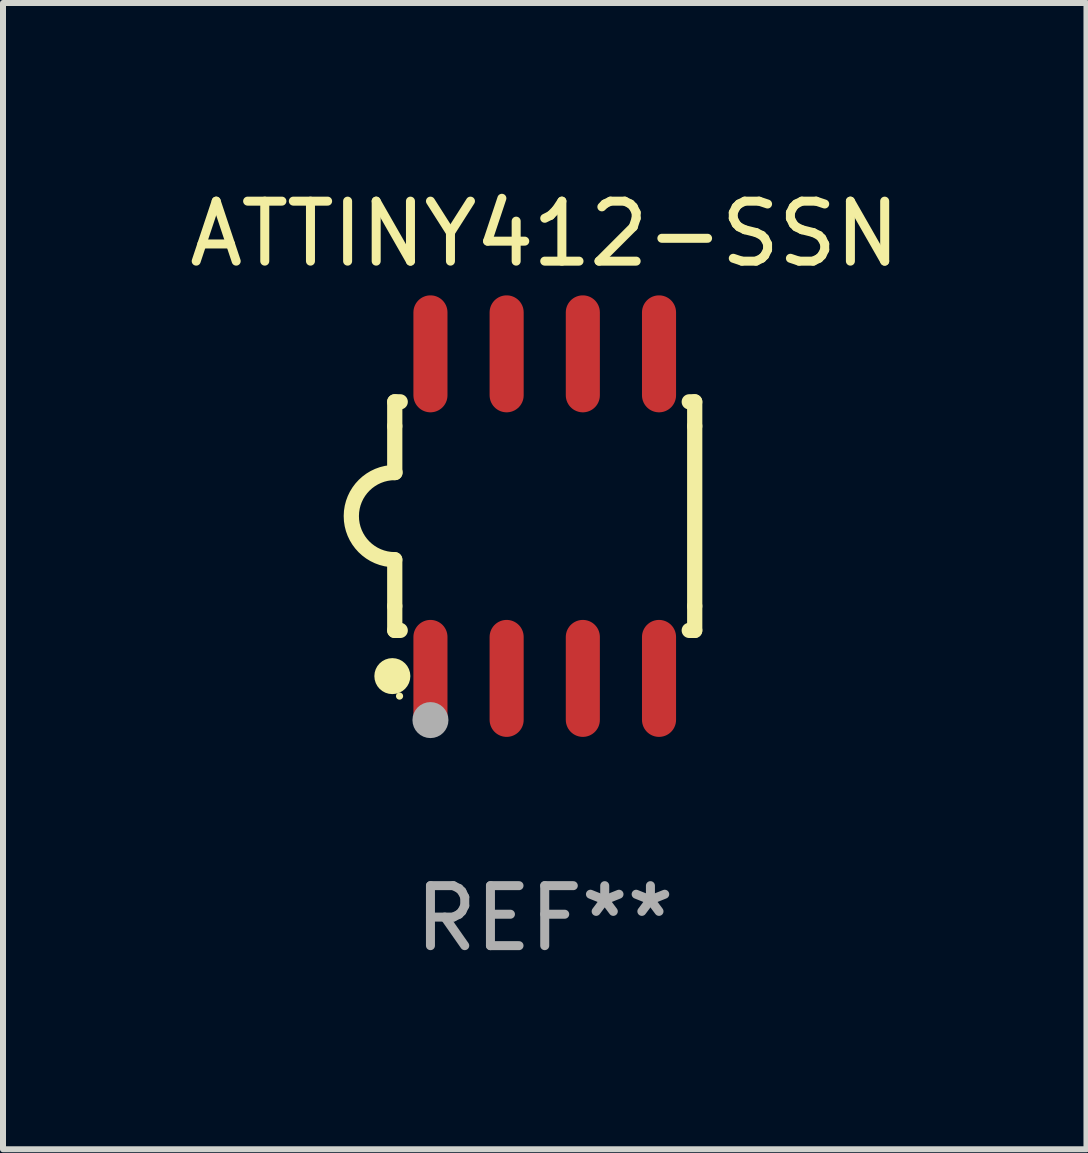
<source format=kicad_pcb>
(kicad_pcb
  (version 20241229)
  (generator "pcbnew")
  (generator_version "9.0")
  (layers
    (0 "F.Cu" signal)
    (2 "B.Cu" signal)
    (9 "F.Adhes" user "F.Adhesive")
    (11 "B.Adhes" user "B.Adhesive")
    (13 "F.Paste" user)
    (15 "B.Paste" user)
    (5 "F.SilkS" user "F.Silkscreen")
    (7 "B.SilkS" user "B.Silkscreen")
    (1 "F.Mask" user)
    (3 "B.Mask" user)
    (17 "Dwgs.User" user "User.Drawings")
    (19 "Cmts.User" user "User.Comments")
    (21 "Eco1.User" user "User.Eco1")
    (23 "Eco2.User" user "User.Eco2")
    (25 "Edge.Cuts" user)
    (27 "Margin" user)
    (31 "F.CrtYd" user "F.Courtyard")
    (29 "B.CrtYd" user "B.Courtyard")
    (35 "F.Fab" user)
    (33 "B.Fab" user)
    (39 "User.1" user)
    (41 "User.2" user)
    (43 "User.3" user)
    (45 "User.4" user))
  (footprint "ATTINY412-SSN"
    (layer "F.Cu")
    (at 6.03 5.553)
    (property "Reference" "ATTINY412-SSN" (at 0 -4.705 0) (layer "F.SilkS") (effects (font (size 1 1) (thickness 0.15))))
    (attr through_hole)
    (fp_line (start -2.5 -1.905) (end -2.409 -1.905) (stroke (width 0.254) (type solid)) (layer "F.SilkS"))
    (fp_line (start -2.5 -1.5) (end -2.5 -1.905) (stroke (width 0.254) (type solid)) (layer "F.SilkS"))
    (fp_line (start -2.5 -1.5) (end -2.5 -0.726) (stroke (width 0.254) (type solid)) (layer "F.SilkS"))
    (fp_line (start -2.5 1.5) (end -2.5 0.727) (stroke (width 0.254) (type solid)) (layer "F.SilkS"))
    (fp_line (start -2.5 1.5) (end -2.5 1.905) (stroke (width 0.254) (type solid)) (layer "F.SilkS"))
    (fp_line (start -2.5 1.905) (end -2.409 1.905) (stroke (width 0.254) (type solid)) (layer "F.SilkS"))
    (fp_line (start 2.5 -1.905) (end 2.409 -1.905) (stroke (width 0.254) (type solid)) (layer "F.SilkS"))
    (fp_line (start 2.5 -1.5) (end 2.5 -1.905) (stroke (width 0.254) (type solid)) (layer "F.SilkS"))
    (fp_line (start 2.5 -1.5) (end 2.5 1.5) (stroke (width 0.254) (type solid)) (layer "F.SilkS"))
    (fp_line (start 2.5 1.5) (end 2.5 1.905) (stroke (width 0.254) (type solid)) (layer "F.SilkS"))
    (fp_line (start 2.5 1.905) (end 2.409 1.905) (stroke (width 0.254) (type solid)) (layer "F.SilkS"))
    (fp_arc (start -2.5 0.726568) (mid -3.220316 -0.0023) (end -2.495097 -0.726289) (stroke (width 0.254001) (type solid)) (layer "F.SilkS"))
    (fp_circle (center -2.54 2.667) (end -2.39 2.667) (stroke (width 0.3) (type solid)) (fill no) (layer "F.SilkS"))
    (fp_circle (center -2.42 3) (end -2.39 3) (stroke (width 0.06) (type solid)) (fill no) (layer "F.SilkS"))
    (fp_circle (center -1.905 3.4) (end -1.755 3.4) (stroke (width 0.3) (type solid)) (fill no) (layer "F.Fab"))
    (fp_text user "REF**" (at 0 6.705 0) (layer "F.Fab") (effects (font (size 1 1) (thickness 0.15))))
    (pad "1" smd oval (at -1.905 2.705) (size 0.568 1.95) (layers "F.Cu" "F.Mask" "F.Paste"))
    (pad "2" smd oval (at -0.635 2.705) (size 0.568 1.95) (layers "F.Cu" "F.Mask" "F.Paste"))
    (pad "3" smd oval (at 0.635 2.705) (size 0.568 1.95) (layers "F.Cu" "F.Mask" "F.Paste"))
    (pad "4" smd oval (at 1.905 2.705) (size 0.568 1.95) (layers "F.Cu" "F.Mask" "F.Paste"))
    (pad "5" smd oval (at 1.905 -2.705) (size 0.568 1.95) (layers "F.Cu" "F.Mask" "F.Paste"))
    (pad "6" smd oval (at 0.635 -2.705) (size 0.568 1.95) (layers "F.Cu" "F.Mask" "F.Paste"))
    (pad "7" smd oval (at -0.635 -2.705) (size 0.568 1.95) (layers "F.Cu" "F.Mask" "F.Paste"))
    (pad "8" smd oval (at -1.905 -2.705) (size 0.568 1.95) (layers "F.Cu" "F.Mask" "F.Paste")))
  (gr_rect
    (start -3 -3)
    (end 15.06 16.107)
    (stroke (width 0.1) (type default))
    (fill no)
    (layer "Edge.Cuts")))
</source>
